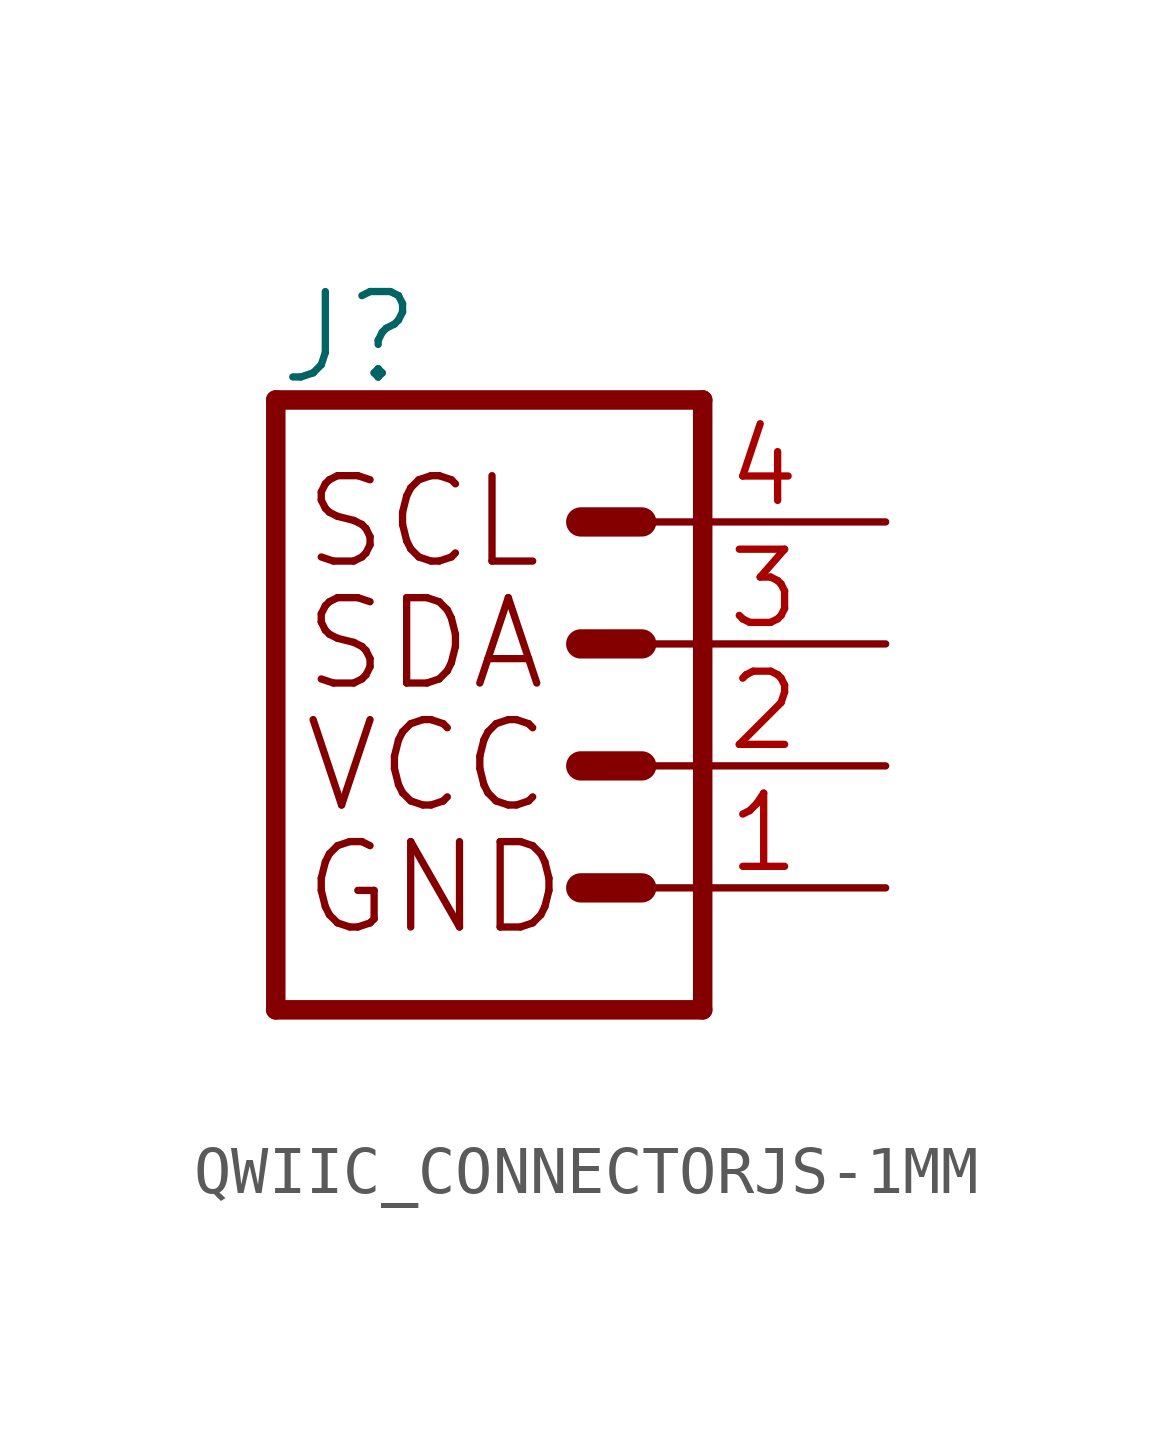
<source format=kicad_sym>
(kicad_symbol_lib
  (version 20241209)
  (generator "kicad_symbol_editor")
  (generator_version "9.0")
  (symbol "QWIIC_CONNECTORJS-1MM"
    (property "Reference" "J"
      (at -5.08 7.874 0)
      (effects (font (size 1.778 1.778)) (justify left bottom)))
    (property "Value" ""
      (at -5.08 -5.334 0)
      (effects (font (size 1.778 1.778)) (justify left top)))
    (property "ki_locked" ""
      (at 0 0 0)
      (effects (font (size 1.27 1.27))))
    (symbol "QWIIC_CONNECTORJS-1MM_1_0"
      (polyline (pts (xy -5.08 7.62) (xy -5.08 -5.08)) (stroke (width 0.406) (type solid)) (fill (type none)))
      (polyline (pts (xy -5.08 7.62) (xy 3.81 7.62)) (stroke (width 0.406) (type solid)) (fill (type none)))
      (polyline (pts (xy 1.27 5.08) (xy 2.54 5.08)) (stroke (width 0.61) (type solid)) (fill (type none)))
      (polyline (pts (xy 1.27 2.54) (xy 2.54 2.54)) (stroke (width 0.61) (type solid)) (fill (type none)))
      (polyline (pts (xy 1.27 0) (xy 2.54 0)) (stroke (width 0.61) (type solid)) (fill (type none)))
      (polyline (pts (xy 1.27 -2.54) (xy 2.54 -2.54)) (stroke (width 0.61) (type solid)) (fill (type none)))
      (polyline (pts (xy 3.81 -5.08) (xy -5.08 -5.08)) (stroke (width 0.406) (type solid)) (fill (type none)))
      (polyline (pts (xy 3.81 -5.08) (xy 3.81 7.62)) (stroke (width 0.406) (type solid)) (fill (type none)))
      (text "SCL" (at -4.572 5.08 0) (effects (font (size 1.778 1.778)) (justify left)))
      (text "SDA" (at -4.572 2.54 0) (effects (font (size 1.778 1.778)) (justify left)))
      (text "VCC" (at -4.572 0 0) (effects (font (size 1.778 1.778)) (justify left)))
      (text "GND" (at -4.572 -2.54 0) (effects (font (size 1.778 1.778)) (justify left)))
      (pin passive line (at 7.62 5.08 180) (length 5.08) (name "4" (effects (font (size 0 0)))) (number "4" (effects (font (size 1.524 1.524)))))
      (pin passive line (at 7.62 2.54 180) (length 5.08) (name "3" (effects (font (size 0 0)))) (number "3" (effects (font (size 1.524 1.524)))))
      (pin power_in line (at 7.62 0 180) (length 5.08) (name "2" (effects (font (size 0 0)))) (number "2" (effects (font (size 1.524 1.524)))))
      (pin power_in line (at 7.62 -2.54 180) (length 5.08) (name "1" (effects (font (size 0 0)))) (number "1" (effects (font (size 1.524 1.524))))))))
</source>
